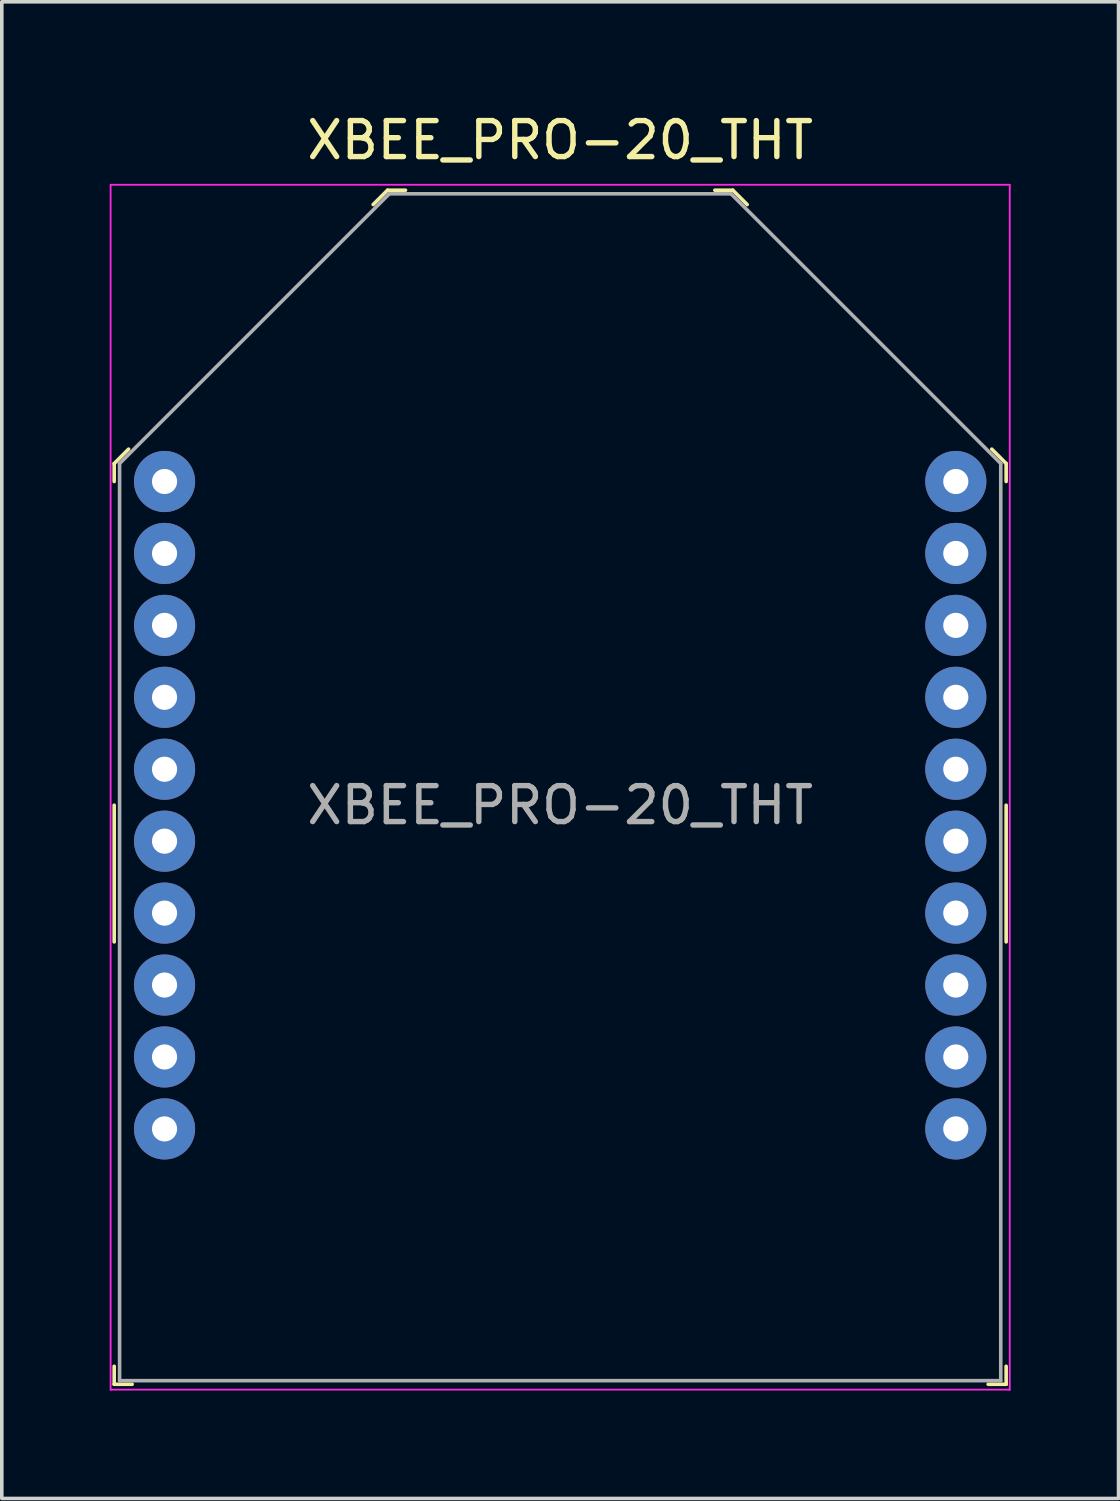
<source format=kicad_pcb>
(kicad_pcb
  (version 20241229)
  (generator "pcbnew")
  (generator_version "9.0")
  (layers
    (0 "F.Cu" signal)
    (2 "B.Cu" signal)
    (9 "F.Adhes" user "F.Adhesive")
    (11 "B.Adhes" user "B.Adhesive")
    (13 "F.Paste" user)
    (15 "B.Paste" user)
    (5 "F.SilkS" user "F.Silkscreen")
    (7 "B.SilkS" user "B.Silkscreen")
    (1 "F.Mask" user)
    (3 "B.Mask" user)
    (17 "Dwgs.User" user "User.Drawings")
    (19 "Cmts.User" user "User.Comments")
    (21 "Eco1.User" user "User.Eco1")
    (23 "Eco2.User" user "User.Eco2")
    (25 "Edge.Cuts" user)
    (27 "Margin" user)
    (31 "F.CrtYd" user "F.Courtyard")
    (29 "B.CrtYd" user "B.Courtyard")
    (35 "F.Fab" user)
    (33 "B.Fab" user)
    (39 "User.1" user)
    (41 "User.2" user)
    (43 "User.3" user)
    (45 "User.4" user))
  (footprint "XBEE_PRO-20_THT"
    (layer "F.Cu")
    (at 12.525 19.338)
    (property "Reference" "XBEE_PRO-20_THT" (at 0 -18.49 0) (layer "F.SilkS") (effects (font (size 1 1) (thickness 0.15))))
    (attr through_hole)
    (fp_line (start -12.4 -9.5) (end -12.4 -9) (stroke (width 0.1) (type solid)) (layer "F.SilkS"))
    (fp_line (start -12.4 -9.5) (end -12 -9.9) (stroke (width 0.1) (type solid)) (layer "F.SilkS"))
    (fp_line (start -12.4 0) (end -12.4 3.8) (stroke (width 0.1) (type solid)) (layer "F.SilkS"))
    (fp_line (start -12.4 16.1) (end -12.4 15.6) (stroke (width 0.1) (type solid)) (layer "F.SilkS"))
    (fp_line (start -12.4 16.1) (end -11.9 16.1) (stroke (width 0.1) (type solid)) (layer "F.SilkS"))
    (fp_line (start -4.8 -17.1) (end -5.2 -16.7) (stroke (width 0.1) (type solid)) (layer "F.SilkS"))
    (fp_line (start -4.8 -17.1) (end -4.3 -17.1) (stroke (width 0.1) (type solid)) (layer "F.SilkS"))
    (fp_line (start 4.8 -17.1) (end 4.3 -17.1) (stroke (width 0.1) (type solid)) (layer "F.SilkS"))
    (fp_line (start 4.8 -17.1) (end 5.2 -16.7) (stroke (width 0.1) (type solid)) (layer "F.SilkS"))
    (fp_line (start 12.4 -9.5) (end 12 -9.9) (stroke (width 0.1) (type solid)) (layer "F.SilkS"))
    (fp_line (start 12.4 -9.5) (end 12.4 -9) (stroke (width 0.1) (type solid)) (layer "F.SilkS"))
    (fp_line (start 12.4 0) (end 12.4 3.8) (stroke (width 0.1) (type solid)) (layer "F.SilkS"))
    (fp_line (start 12.4 16.1) (end 11.9 16.1) (stroke (width 0.1) (type solid)) (layer "F.SilkS"))
    (fp_line (start 12.4 16.1) (end 12.4 15.6) (stroke (width 0.1) (type solid)) (layer "F.SilkS"))
    (fp_line (start -12.5 -17.25) (end -12.5 16.25) (stroke (width 0.05) (type solid)) (layer "F.CrtYd"))
    (fp_line (start -12.5 -17.25) (end 12.5 -17.25) (stroke (width 0.05) (type solid)) (layer "F.CrtYd"))
    (fp_line (start -12.5 16.25) (end 12.5 16.25) (stroke (width 0.05) (type solid)) (layer "F.CrtYd"))
    (fp_line (start 12.5 -17.25) (end 12.5 16.25) (stroke (width 0.05) (type solid)) (layer "F.CrtYd"))
    (fp_line (start -12.25 -9.5) (end -12.25 16) (stroke (width 0.1) (type solid)) (layer "F.Fab"))
    (fp_line (start -12.25 -9.5) (end -4.75 -17) (stroke (width 0.1) (type solid)) (layer "F.Fab"))
    (fp_line (start -12.25 16) (end 12.25 16) (stroke (width 0.1) (type solid)) (layer "F.Fab"))
    (fp_line (start -4.75 -17) (end 4.75 -17) (stroke (width 0.1) (type solid)) (layer "F.Fab"))
    (fp_line (start 4.75 -17) (end 12.25 -9.5) (stroke (width 0.1) (type solid)) (layer "F.Fab"))
    (fp_line (start 12.25 -9.5) (end 12.25 16) (stroke (width 0.1) (type solid)) (layer "F.Fab"))
    (fp_text user "${REFERENCE}" (at 0 0 0) (layer "F.Fab") (effects (font (size 1 1) (thickness 0.15))))
    (pad "1" thru_hole circle (at -11 -9) (size 1.7 1.7) (drill 0.7) (layers "*.Cu" "*.Mask"))
    (pad "2" thru_hole circle (at -11 -7) (size 1.7 1.7) (drill 0.7) (layers "*.Cu" "*.Mask"))
    (pad "3" thru_hole circle (at -11 -5) (size 1.7 1.7) (drill 0.7) (layers "*.Cu" "*.Mask"))
    (pad "4" thru_hole circle (at -11 -3) (size 1.7 1.7) (drill 0.7) (layers "*.Cu" "*.Mask"))
    (pad "5" thru_hole circle (at -11 -1) (size 1.7 1.7) (drill 0.7) (layers "*.Cu" "*.Mask"))
    (pad "6" thru_hole circle (at -11 1) (size 1.7 1.7) (drill 0.7) (layers "*.Cu" "*.Mask"))
    (pad "7" thru_hole circle (at -11 3) (size 1.7 1.7) (drill 0.7) (layers "*.Cu" "*.Mask"))
    (pad "8" thru_hole circle (at -11 5) (size 1.7 1.7) (drill 0.7) (layers "*.Cu" "*.Mask"))
    (pad "9" thru_hole circle (at -11 7) (size 1.7 1.7) (drill 0.7) (layers "*.Cu" "*.Mask"))
    (pad "10" thru_hole circle (at -11 9) (size 1.7 1.7) (drill 0.7) (layers "*.Cu" "*.Mask"))
    (pad "11" thru_hole circle (at 11 9) (size 1.7 1.7) (drill 0.7) (layers "*.Cu" "*.Mask"))
    (pad "12" thru_hole circle (at 11 7) (size 1.7 1.7) (drill 0.7) (layers "*.Cu" "*.Mask"))
    (pad "13" thru_hole circle (at 11 5) (size 1.7 1.7) (drill 0.7) (layers "*.Cu" "*.Mask"))
    (pad "14" thru_hole circle (at 11 3) (size 1.7 1.7) (drill 0.7) (layers "*.Cu" "*.Mask"))
    (pad "15" thru_hole circle (at 11 1) (size 1.7 1.7) (drill 0.7) (layers "*.Cu" "*.Mask"))
    (pad "16" thru_hole circle (at 11 -1) (size 1.7 1.7) (drill 0.7) (layers "*.Cu" "*.Mask"))
    (pad "17" thru_hole circle (at 11 -3) (size 1.7 1.7) (drill 0.7) (layers "*.Cu" "*.Mask"))
    (pad "18" thru_hole circle (at 11 -5) (size 1.7 1.7) (drill 0.7) (layers "*.Cu" "*.Mask"))
    (pad "19" thru_hole circle (at 11 -7) (size 1.7 1.7) (drill 0.7) (layers "*.Cu" "*.Mask"))
    (pad "20" thru_hole circle (at 11 -9) (size 1.7 1.7) (drill 0.7) (layers "*.Cu" "*.Mask")))
  (gr_rect
    (start -3 -3)
    (end 28.05 38.613)
    (stroke (width 0.1) (type default))
    (fill no)
    (layer "Edge.Cuts")))
</source>
